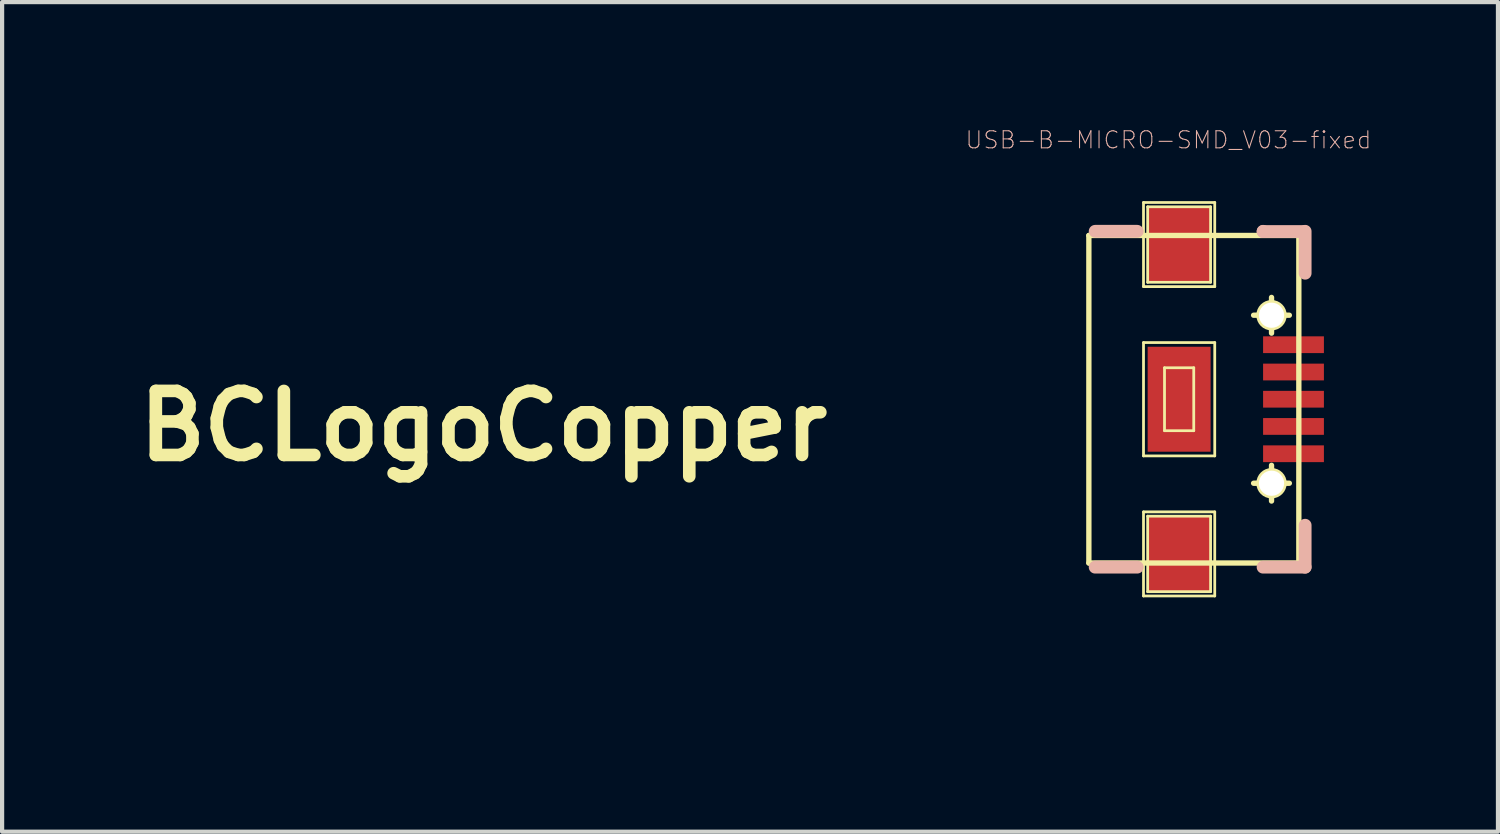
<source format=kicad_pcb>
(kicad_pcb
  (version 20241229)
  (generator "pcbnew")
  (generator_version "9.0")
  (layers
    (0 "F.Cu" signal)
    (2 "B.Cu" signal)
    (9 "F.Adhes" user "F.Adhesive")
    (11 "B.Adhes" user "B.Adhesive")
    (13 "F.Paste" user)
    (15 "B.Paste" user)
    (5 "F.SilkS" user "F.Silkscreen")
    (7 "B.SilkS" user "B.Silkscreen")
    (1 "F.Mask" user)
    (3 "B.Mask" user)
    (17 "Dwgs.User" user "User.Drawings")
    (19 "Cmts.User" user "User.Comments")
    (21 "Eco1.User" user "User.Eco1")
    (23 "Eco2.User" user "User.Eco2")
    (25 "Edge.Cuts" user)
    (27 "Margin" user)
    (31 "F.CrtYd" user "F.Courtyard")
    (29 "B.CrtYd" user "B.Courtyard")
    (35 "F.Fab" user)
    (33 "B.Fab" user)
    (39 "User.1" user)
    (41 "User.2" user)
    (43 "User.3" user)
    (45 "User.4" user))
  (footprint "BCLogoCopper"
    (layer "F.Cu")
    (at 8.462 7.092)
    (property "Reference" "BCLogoCopper" (at 0 0 0) (layer "F.SilkS") (effects (font (size 1.524 1.524) (thickness 0.3))))
    (attr through_hole)
    (fp_poly (pts (xy -0.306 -7.078) (xy -0.121 -7.033) (xy 0.152 -6.969) (xy 0.318 -6.931) (xy 0.608 -6.845) (xy 0.745 -6.749) (xy 0.76 -6.696) (xy 0.739 -6.56) (xy 0.684 -6.302) (xy 0.605 -5.968) (xy 0.552 -5.758) (xy 0.47 -5.411) (xy 0.416 -5.128) (xy 0.397 -4.946) (xy 0.406 -4.902) (xy 0.519 -4.851) (xy 0.732 -4.786) (xy 0.819 -4.764) (xy 1.172 -4.678) (xy 1.36 -5.451) (xy 1.471 -5.907) (xy 1.553 -6.222) (xy 1.629 -6.418) (xy 1.716 -6.517) (xy 1.835 -6.54) (xy 2.006 -6.509) (xy 2.248 -6.445) (xy 2.26 -6.442) (xy 2.615 -6.334) (xy 2.817 -6.228) (xy 2.862 -6.164) (xy 2.852 -6.03) (xy 2.807 -5.774) (xy 2.734 -5.437) (xy 2.675 -5.197) (xy 2.592 -4.843) (xy 2.536 -4.552) (xy 2.514 -4.363) (xy 2.523 -4.31) (xy 2.632 -4.251) (xy 2.84 -4.16) (xy 2.957 -4.114) (xy 3.456 -3.872) (xy 3.929 -3.555) (xy 4.322 -3.203) (xy 4.509 -2.975) (xy 4.738 -2.499) (xy 4.832 -1.966) (xy 4.794 -1.415) (xy 4.626 -0.886) (xy 4.333 -0.419) (xy 4.303 -0.384) (xy 4.069 -0.156) (xy 3.822 0.026) (xy 3.687 0.095) (xy 3.401 0.198) (xy 3.731 0.437) (xy 3.988 0.664) (xy 4.233 0.943) (xy 4.295 1.031) (xy 4.412 1.225) (xy 4.482 1.407) (xy 4.517 1.631) (xy 4.528 1.951) (xy 4.528 2.111) (xy 4.519 2.51) (xy 4.482 2.811) (xy 4.404 3.082) (xy 4.282 3.37) (xy 3.947 3.938) (xy 3.524 4.371) (xy 3.004 4.673) (xy 2.381 4.846) (xy 1.647 4.895) (xy 1.333 4.882) (xy 0.965 4.852) (xy 0.646 4.819) (xy 0.424 4.789) (xy 0.37 4.777) (xy 0.291 4.767) (xy 0.227 4.805) (xy 0.167 4.916) (xy 0.099 5.126) (xy 0.011 5.461) (xy -0.05 5.708) (xy -0.154 6.135) (xy -0.238 6.421) (xy -0.326 6.587) (xy -0.445 6.656) (xy -0.621 6.648) (xy -0.878 6.586) (xy -1.037 6.544) (xy -1.344 6.443) (xy -1.504 6.341) (xy -1.524 6.293) (xy -1.504 6.162) (xy -1.45 5.909) (xy -1.372 5.574) (xy -1.308 5.318) (xy -1.221 4.965) (xy -1.156 4.681) (xy -1.121 4.499) (xy -1.118 4.452) (xy -1.275 4.394) (xy -1.501 4.344) (xy -1.73 4.312) (xy -1.902 4.309) (xy -1.953 4.327) (xy -1.992 4.439) (xy -2.059 4.677) (xy -2.142 5.003) (xy -2.203 5.257) (xy -2.291 5.613) (xy -2.37 5.903) (xy -2.43 6.089) (xy -2.455 6.138) (xy -2.559 6.136) (xy -2.771 6.098) (xy -3.04 6.039) (xy -3.313 5.969) (xy -3.535 5.903) (xy -3.655 5.853) (xy -3.658 5.851) (xy -3.662 5.753) (xy -3.628 5.526) (xy -3.562 5.205) (xy -3.477 4.848) (xy -3.236 3.896) (xy -3.544 3.815) (xy -3.761 3.76) (xy -4.088 3.676) (xy -4.472 3.579) (xy -4.685 3.526) (xy -5.039 3.434) (xy -5.327 3.352) (xy -5.514 3.293) (xy -5.563 3.271) (xy -5.553 3.177) (xy -5.488 2.967) (xy -5.38 2.678) (xy -5.374 2.663) (xy -1.49 2.663) (xy -1.487 2.69) (xy -1.349 2.756) (xy -1.083 2.829) (xy -0.732 2.901) (xy -0.336 2.965) (xy 0.062 3.014) (xy 0.422 3.04) (xy 0.517 3.042) (xy 0.894 3.038) (xy 1.153 3.015) (xy 1.341 2.961) (xy 1.509 2.87) (xy 1.531 2.855) (xy 1.846 2.558) (xy 2.013 2.21) (xy 2.026 1.837) (xy 1.884 1.469) (xy 1.764 1.31) (xy 1.444 1.018) (xy 1.026 0.768) (xy 0.488 0.551) (xy -0.192 0.356) (xy -0.394 0.308) (xy -0.915 0.188) (xy -1.223 1.417) (xy -1.327 1.849) (xy -1.411 2.221) (xy -1.467 2.502) (xy -1.49 2.663) (xy -5.374 2.663) (xy -5.323 2.54) (xy -5.182 2.211) (xy -5.081 2.012) (xy -4.996 1.914) (xy -4.907 1.89) (xy -4.826 1.902) (xy -4.617 1.939) (xy -4.326 1.982) (xy -4.179 2.001) (xy -3.912 2.024) (xy -3.762 2.002) (xy -3.678 1.927) (xy -3.66 1.895) (xy -3.62 1.776) (xy -3.546 1.514) (xy -3.444 1.128) (xy -3.318 0.641) (xy -3.174 0.071) (xy -3.018 -0.558) (xy -2.92 -0.957) (xy -2.848 -1.253) (xy -0.558 -1.253) (xy -0.546 -1.147) (xy -0.412 -1.065) (xy -0.26 -1.018) (xy 0.091 -0.936) (xy 0.47 -0.869) (xy 0.827 -0.822) (xy 1.107 -0.804) (xy 1.228 -0.812) (xy 1.455 -0.839) (xy 1.596 -0.846) (xy 1.779 -0.906) (xy 2.001 -1.059) (xy 2.083 -1.135) (xy 2.264 -1.341) (xy 2.348 -1.536) (xy 2.371 -1.803) (xy 2.371 -1.842) (xy 2.324 -2.197) (xy 2.169 -2.481) (xy 1.882 -2.724) (xy 1.628 -2.869) (xy 1.375 -2.98) (xy 1.059 -3.093) (xy 0.724 -3.196) (xy 0.41 -3.278) (xy 0.159 -3.327) (xy 0.012 -3.332) (xy -0.006 -3.323) (xy -0.047 -3.219) (xy -0.116 -2.987) (xy -0.204 -2.662) (xy -0.288 -2.328) (xy -0.383 -1.941) (xy -0.467 -1.604) (xy -0.53 -1.359) (xy -0.558 -1.253) (xy -2.848 -1.253) (xy -2.734 -1.724) (xy -2.588 -2.344) (xy -2.478 -2.832) (xy -2.401 -3.204) (xy -2.355 -3.477) (xy -2.334 -3.668) (xy -2.338 -3.791) (xy -2.354 -3.849) (xy -2.431 -3.964) (xy -2.568 -4.061) (xy -2.793 -4.154) (xy -3.139 -4.257) (xy -3.357 -4.314) (xy -3.708 -4.404) (xy -3.54 -5.06) (xy -3.459 -5.369) (xy -3.392 -5.606) (xy -3.351 -5.732) (xy -3.347 -5.741) (xy -3.26 -5.73) (xy -3.04 -5.683) (xy -2.715 -5.607) (xy -2.317 -5.509) (xy -2.153 -5.467) (xy -1.735 -5.362) (xy -1.381 -5.275) (xy -1.121 -5.215) (xy -0.984 -5.188) (xy -0.97 -5.187) (xy -0.946 -5.272) (xy -0.889 -5.489) (xy -0.81 -5.803) (xy -0.72 -6.166) (xy -0.618 -6.576) (xy -0.54 -6.847) (xy -0.477 -7.005) (xy -0.416 -7.076) (xy -0.345 -7.087) (xy -0.306 -7.078)) (stroke (width 0.01) (type solid)) (fill yes) (layer "F.Mask")))
  (footprint "USB-B-MICRO-SMD_V03-fixed"
    (layer "F.Cu")
    (at 25.023 6.455)
    (property "Reference" "USB-B-MICRO-SMD_V03-fixed" (at -0.254 -6.172 0) (layer "B.SilkS") (effects (font (size 0.406 0.406) (thickness 0.025))))
    (attr smd)
    (fp_line (start -2.149 -3.899) (end -2.149 3.899) (stroke (width 0.127) (type solid)) (layer "F.SilkS"))
    (fp_line (start -0.848 -4.684) (end 0.848 -4.684) (stroke (width 0.066) (type solid)) (layer "F.SilkS"))
    (fp_line (start -0.848 -2.682) (end -0.848 -4.684) (stroke (width 0.066) (type solid)) (layer "F.SilkS"))
    (fp_line (start -0.848 -2.682) (end 0.848 -2.682) (stroke (width 0.066) (type solid)) (layer "F.SilkS"))
    (fp_line (start -0.848 -1.349) (end 0.848 -1.349) (stroke (width 0.066) (type solid)) (layer "F.SilkS"))
    (fp_line (start -0.848 1.349) (end -0.848 -1.349) (stroke (width 0.066) (type solid)) (layer "F.SilkS"))
    (fp_line (start -0.848 1.349) (end 0.848 1.349) (stroke (width 0.066) (type solid)) (layer "F.SilkS"))
    (fp_line (start -0.848 2.682) (end 0.848 2.682) (stroke (width 0.066) (type solid)) (layer "F.SilkS"))
    (fp_line (start -0.848 4.684) (end -0.848 2.682) (stroke (width 0.066) (type solid)) (layer "F.SilkS"))
    (fp_line (start -0.848 4.684) (end 0.848 4.684) (stroke (width 0.066) (type solid)) (layer "F.SilkS"))
    (fp_line (start -0.749 -4.582) (end 0.749 -4.582) (stroke (width 0.066) (type solid)) (layer "F.SilkS"))
    (fp_line (start -0.749 -2.784) (end -0.749 -4.582) (stroke (width 0.066) (type solid)) (layer "F.SilkS"))
    (fp_line (start -0.749 -2.784) (end 0.749 -2.784) (stroke (width 0.066) (type solid)) (layer "F.SilkS"))
    (fp_line (start -0.749 2.784) (end 0.749 2.784) (stroke (width 0.066) (type solid)) (layer "F.SilkS"))
    (fp_line (start -0.749 4.582) (end -0.749 2.784) (stroke (width 0.066) (type solid)) (layer "F.SilkS"))
    (fp_line (start -0.749 4.582) (end 0.749 4.582) (stroke (width 0.066) (type solid)) (layer "F.SilkS"))
    (fp_line (start -0.348 -0.749) (end 0.348 -0.749) (stroke (width 0.066) (type solid)) (layer "F.SilkS"))
    (fp_line (start -0.348 0.749) (end -0.348 -0.749) (stroke (width 0.066) (type solid)) (layer "F.SilkS"))
    (fp_line (start -0.348 0.749) (end 0.348 0.749) (stroke (width 0.066) (type solid)) (layer "F.SilkS"))
    (fp_line (start 0.348 0.749) (end 0.348 -0.749) (stroke (width 0.066) (type solid)) (layer "F.SilkS"))
    (fp_line (start 0.749 -2.784) (end 0.749 -4.582) (stroke (width 0.066) (type solid)) (layer "F.SilkS"))
    (fp_line (start 0.749 4.582) (end 0.749 2.784) (stroke (width 0.066) (type solid)) (layer "F.SilkS"))
    (fp_line (start 0.848 -2.682) (end 0.848 -4.684) (stroke (width 0.066) (type solid)) (layer "F.SilkS"))
    (fp_line (start 0.848 1.349) (end 0.848 -1.349) (stroke (width 0.066) (type solid)) (layer "F.SilkS"))
    (fp_line (start 0.848 4.684) (end 0.848 2.682) (stroke (width 0.066) (type solid)) (layer "F.SilkS"))
    (fp_line (start 1.773 -2) (end 2.624 -2) (stroke (width 0.127) (type solid)) (layer "F.SilkS"))
    (fp_line (start 1.773 2) (end 2.624 2) (stroke (width 0.127) (type solid)) (layer "F.SilkS"))
    (fp_line (start 2.2 -1.573) (end 2.2 -2.424) (stroke (width 0.127) (type solid)) (layer "F.SilkS"))
    (fp_line (start 2.2 2.424) (end 2.2 1.573) (stroke (width 0.127) (type solid)) (layer "F.SilkS"))
    (fp_line (start 2.85 -3.899) (end -2.149 -3.899) (stroke (width 0.127) (type solid)) (layer "F.SilkS"))
    (fp_line (start 2.85 -3.899) (end 2.85 3.899) (stroke (width 0.127) (type solid)) (layer "F.SilkS"))
    (fp_line (start 2.85 3.899) (end -2.149 3.899) (stroke (width 0.127) (type solid)) (layer "F.SilkS"))
    (fp_circle (center 2.2 -2) (end 2.41 -2.211) (stroke (width 0.127) (type solid)) (fill no) (layer "F.SilkS"))
    (fp_circle (center 2.2 2) (end 2.41 2.211) (stroke (width 0.127) (type solid)) (fill no) (layer "F.SilkS"))
    (fp_line (start -0.998 -3.998) (end -1.999 -3.998) (stroke (width 0.305) (type solid)) (layer "B.SilkS"))
    (fp_line (start -0.998 3.998) (end -1.999 3.998) (stroke (width 0.305) (type solid)) (layer "B.SilkS"))
    (fp_line (start 1.999 -3.993) (end 1.999 -3.998) (stroke (width 0.305) (type solid)) (layer "B.SilkS"))
    (fp_line (start 1.999 3.998) (end 3 3.998) (stroke (width 0.305) (type solid)) (layer "B.SilkS"))
    (fp_line (start 2.979 -3.993) (end 1.999 -3.993) (stroke (width 0.305) (type solid)) (layer "B.SilkS"))
    (fp_line (start 3 -3.998) (end 3 -3) (stroke (width 0.305) (type solid)) (layer "B.SilkS"))
    (fp_line (start 3 3.998) (end 3 3) (stroke (width 0.305) (type solid)) (layer "B.SilkS"))
    (pad "" np_thru_hole circle (at 2.2 -2) (size 0.6 0.6) (drill 0.6) (layers "*.Cu" "*.Mask"))
    (pad "" np_thru_hole circle (at 2.2 2) (size 0.6 0.6) (drill 0.6) (layers "*.Cu" "*.Mask"))
    (pad "1" smd rect (at 2.723 -1.298 90) (size 0.399 1.448) (layers "F.Cu" "F.Mask" "F.Paste"))
    (pad "2" smd rect (at 2.723 -0.648 90) (size 0.399 1.448) (layers "F.Cu" "F.Mask" "F.Paste"))
    (pad "3" smd rect (at 2.723 0 90) (size 0.399 1.448) (layers "F.Cu" "F.Mask" "F.Paste"))
    (pad "4" smd rect (at 2.723 0.648 90) (size 0.399 1.448) (layers "F.Cu" "F.Mask" "F.Paste"))
    (pad "5" smd rect (at 2.723 1.298 90) (size 0.399 1.448) (layers "F.Cu" "F.Mask" "F.Paste"))
    (pad "6" smd rect (at 0 -3.683 90) (size 1.798 1.499) (layers "F.Cu" "F.Mask" "F.Paste"))
    (pad "6" smd rect (at 0 0 90) (size 2.499 1.499) (layers "F.Cu" "F.Mask" "F.Paste"))
    (pad "6" smd rect (at 0 3.683 90) (size 1.798 1.499) (layers "F.Cu" "F.Mask" "F.Paste")))
  (gr_rect
    (start -3 -3)
    (end 32.614 16.752)
    (stroke (width 0.1) (type default))
    (fill no)
    (layer "Edge.Cuts")))
</source>
